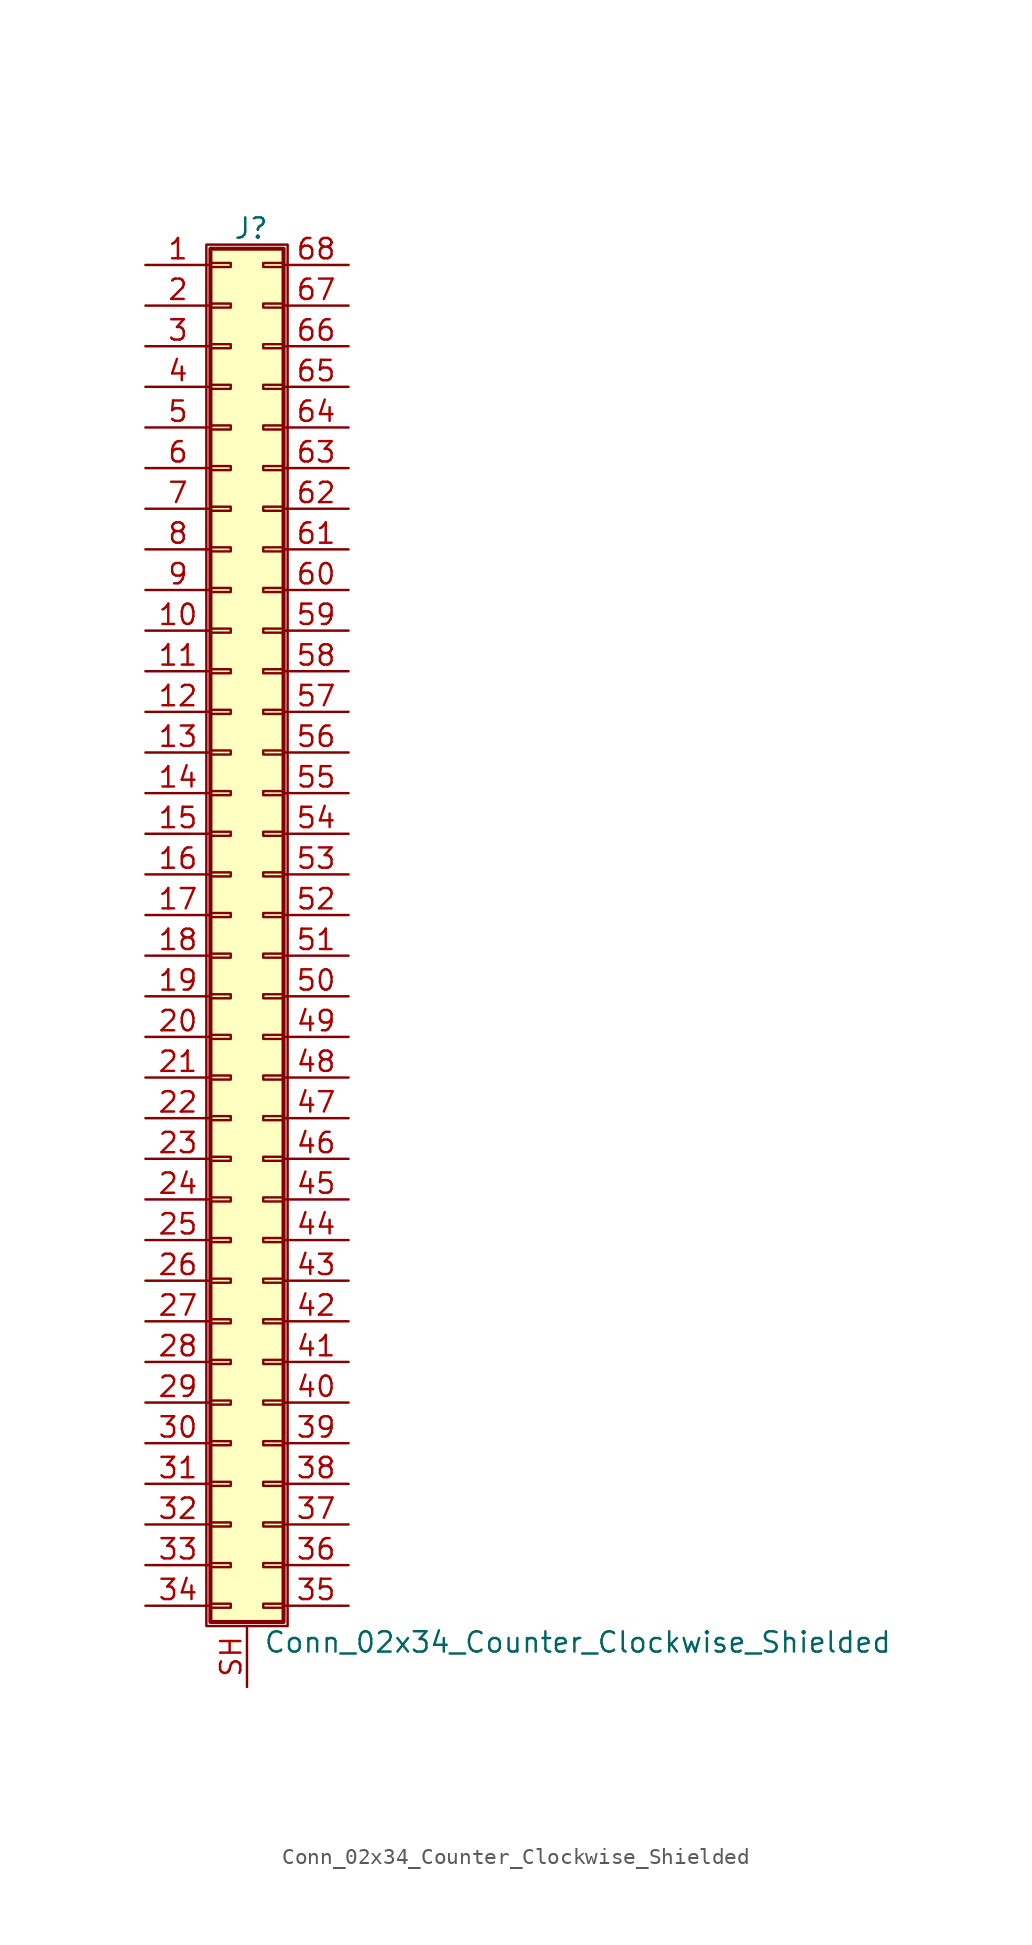
<source format=kicad_sym>
(kicad_symbol_lib
  (version 20201005)
  (generator kicad_symbol_editor)
  (symbol "Conn_02x34_Counter_Clockwise_Shielded"
    (pin_names
      (offset 1.016) hide)
    (property "Reference" "J"
      (at 1.524 42.926 0)
      (effects (font (size 1.27 1.27))))
    (property "Value" "Conn_02x34_Counter_Clockwise_Shielded"
      (at 2.286 -45.466 0)
      (effects (font (size 1.27 1.27)) (justify left)))
    (symbol "Conn_02x34_Counter_Clockwise_Shielded_1_1"
      (rectangle (start -1.27 41.91) (end 3.81 -44.45) (stroke (width 0.152)) (fill (type none)))
      (rectangle (start -1.016 -43.053) (end 0.254 -43.307) (stroke (width 0.152)) (fill (type none)))
      (rectangle (start -1.016 -40.513) (end 0.254 -40.767) (stroke (width 0.152)) (fill (type none)))
      (rectangle (start -1.016 -37.973) (end 0.254 -38.227) (stroke (width 0.152)) (fill (type none)))
      (rectangle (start -1.016 -35.433) (end 0.254 -35.687) (stroke (width 0.152)) (fill (type none)))
      (rectangle (start -1.016 -32.893) (end 0.254 -33.147) (stroke (width 0.152)) (fill (type none)))
      (rectangle (start -1.016 -30.353) (end 0.254 -30.607) (stroke (width 0.152)) (fill (type none)))
      (rectangle (start -1.016 -27.813) (end 0.254 -28.067) (stroke (width 0.152)) (fill (type none)))
      (rectangle (start -1.016 -25.273) (end 0.254 -25.527) (stroke (width 0.152)) (fill (type none)))
      (rectangle (start -1.016 -22.733) (end 0.254 -22.987) (stroke (width 0.152)) (fill (type none)))
      (rectangle (start -1.016 -20.193) (end 0.254 -20.447) (stroke (width 0.152)) (fill (type none)))
      (rectangle (start -1.016 -17.653) (end 0.254 -17.907) (stroke (width 0.152)) (fill (type none)))
      (rectangle (start -1.016 -15.113) (end 0.254 -15.367) (stroke (width 0.152)) (fill (type none)))
      (rectangle (start -1.016 -12.573) (end 0.254 -12.827) (stroke (width 0.152)) (fill (type none)))
      (rectangle (start -1.016 -10.033) (end 0.254 -10.287) (stroke (width 0.152)) (fill (type none)))
      (rectangle (start -1.016 -7.493) (end 0.254 -7.747) (stroke (width 0.152)) (fill (type none)))
      (rectangle (start -1.016 -4.953) (end 0.254 -5.207) (stroke (width 0.152)) (fill (type none)))
      (rectangle (start -1.016 -2.413) (end 0.254 -2.667) (stroke (width 0.152)) (fill (type none)))
      (rectangle (start -1.016 0.127) (end 0.254 -0.127) (stroke (width 0.152)) (fill (type none)))
      (rectangle (start -1.016 2.667) (end 0.254 2.413) (stroke (width 0.152)) (fill (type none)))
      (rectangle (start -1.016 5.207) (end 0.254 4.953) (stroke (width 0.152)) (fill (type none)))
      (rectangle (start -1.016 7.747) (end 0.254 7.493) (stroke (width 0.152)) (fill (type none)))
      (rectangle (start -1.016 10.287) (end 0.254 10.033) (stroke (width 0.152)) (fill (type none)))
      (rectangle (start -1.016 12.827) (end 0.254 12.573) (stroke (width 0.152)) (fill (type none)))
      (rectangle (start -1.016 15.367) (end 0.254 15.113) (stroke (width 0.152)) (fill (type none)))
      (rectangle (start -1.016 17.907) (end 0.254 17.653) (stroke (width 0.152)) (fill (type none)))
      (rectangle (start -1.016 20.447) (end 0.254 20.193) (stroke (width 0.152)) (fill (type none)))
      (rectangle (start -1.016 22.987) (end 0.254 22.733) (stroke (width 0.152)) (fill (type none)))
      (rectangle (start -1.016 25.527) (end 0.254 25.273) (stroke (width 0.152)) (fill (type none)))
      (rectangle (start -1.016 28.067) (end 0.254 27.813) (stroke (width 0.152)) (fill (type none)))
      (rectangle (start -1.016 30.607) (end 0.254 30.353) (stroke (width 0.152)) (fill (type none)))
      (rectangle (start -1.016 33.147) (end 0.254 32.893) (stroke (width 0.152)) (fill (type none)))
      (rectangle (start -1.016 35.687) (end 0.254 35.433) (stroke (width 0.152)) (fill (type none)))
      (rectangle (start -1.016 38.227) (end 0.254 37.973) (stroke (width 0.152)) (fill (type none)))
      (rectangle (start -1.016 40.767) (end 0.254 40.513) (stroke (width 0.152)) (fill (type none)))
      (rectangle (start -1.016 41.656) (end 3.556 -44.196) (stroke (width 0.254)) (fill (type background)))
      (rectangle (start 3.556 -43.053) (end 2.286 -43.307) (stroke (width 0.152)) (fill (type none)))
      (rectangle (start 3.556 -40.513) (end 2.286 -40.767) (stroke (width 0.152)) (fill (type none)))
      (rectangle (start 3.556 -37.973) (end 2.286 -38.227) (stroke (width 0.152)) (fill (type none)))
      (rectangle (start 3.556 -35.433) (end 2.286 -35.687) (stroke (width 0.152)) (fill (type none)))
      (rectangle (start 3.556 -32.893) (end 2.286 -33.147) (stroke (width 0.152)) (fill (type none)))
      (rectangle (start 3.556 -30.353) (end 2.286 -30.607) (stroke (width 0.152)) (fill (type none)))
      (rectangle (start 3.556 -27.813) (end 2.286 -28.067) (stroke (width 0.152)) (fill (type none)))
      (rectangle (start 3.556 -25.273) (end 2.286 -25.527) (stroke (width 0.152)) (fill (type none)))
      (rectangle (start 3.556 -22.733) (end 2.286 -22.987) (stroke (width 0.152)) (fill (type none)))
      (rectangle (start 3.556 -20.193) (end 2.286 -20.447) (stroke (width 0.152)) (fill (type none)))
      (rectangle (start 3.556 -17.653) (end 2.286 -17.907) (stroke (width 0.152)) (fill (type none)))
      (rectangle (start 3.556 -15.113) (end 2.286 -15.367) (stroke (width 0.152)) (fill (type none)))
      (rectangle (start 3.556 -12.573) (end 2.286 -12.827) (stroke (width 0.152)) (fill (type none)))
      (rectangle (start 3.556 -10.033) (end 2.286 -10.287) (stroke (width 0.152)) (fill (type none)))
      (rectangle (start 3.556 -7.493) (end 2.286 -7.747) (stroke (width 0.152)) (fill (type none)))
      (rectangle (start 3.556 -4.953) (end 2.286 -5.207) (stroke (width 0.152)) (fill (type none)))
      (rectangle (start 3.556 -2.413) (end 2.286 -2.667) (stroke (width 0.152)) (fill (type none)))
      (rectangle (start 3.556 0.127) (end 2.286 -0.127) (stroke (width 0.152)) (fill (type none)))
      (rectangle (start 3.556 2.667) (end 2.286 2.413) (stroke (width 0.152)) (fill (type none)))
      (rectangle (start 3.556 5.207) (end 2.286 4.953) (stroke (width 0.152)) (fill (type none)))
      (rectangle (start 3.556 7.747) (end 2.286 7.493) (stroke (width 0.152)) (fill (type none)))
      (rectangle (start 3.556 10.287) (end 2.286 10.033) (stroke (width 0.152)) (fill (type none)))
      (rectangle (start 3.556 12.827) (end 2.286 12.573) (stroke (width 0.152)) (fill (type none)))
      (rectangle (start 3.556 15.367) (end 2.286 15.113) (stroke (width 0.152)) (fill (type none)))
      (rectangle (start 3.556 17.907) (end 2.286 17.653) (stroke (width 0.152)) (fill (type none)))
      (rectangle (start 3.556 20.447) (end 2.286 20.193) (stroke (width 0.152)) (fill (type none)))
      (rectangle (start 3.556 22.987) (end 2.286 22.733) (stroke (width 0.152)) (fill (type none)))
      (rectangle (start 3.556 25.527) (end 2.286 25.273) (stroke (width 0.152)) (fill (type none)))
      (rectangle (start 3.556 28.067) (end 2.286 27.813) (stroke (width 0.152)) (fill (type none)))
      (rectangle (start 3.556 30.607) (end 2.286 30.353) (stroke (width 0.152)) (fill (type none)))
      (rectangle (start 3.556 33.147) (end 2.286 32.893) (stroke (width 0.152)) (fill (type none)))
      (rectangle (start 3.556 35.687) (end 2.286 35.433) (stroke (width 0.152)) (fill (type none)))
      (rectangle (start 3.556 38.227) (end 2.286 37.973) (stroke (width 0.152)) (fill (type none)))
      (rectangle (start 3.556 40.767) (end 2.286 40.513) (stroke (width 0.152)) (fill (type none)))
      (pin passive line (at -5.08 40.64 0) (length 4.064) (name "Pin_1" (effects (font (size 1.27 1.27)))) (number "1" (effects (font (size 1.27 1.27)))))
      (pin passive line (at -5.08 17.78 0) (length 4.064) (name "Pin_10" (effects (font (size 1.27 1.27)))) (number "10" (effects (font (size 1.27 1.27)))))
      (pin passive line (at -5.08 15.24 0) (length 4.064) (name "Pin_11" (effects (font (size 1.27 1.27)))) (number "11" (effects (font (size 1.27 1.27)))))
      (pin passive line (at -5.08 12.7 0) (length 4.064) (name "Pin_12" (effects (font (size 1.27 1.27)))) (number "12" (effects (font (size 1.27 1.27)))))
      (pin passive line (at -5.08 10.16 0) (length 4.064) (name "Pin_13" (effects (font (size 1.27 1.27)))) (number "13" (effects (font (size 1.27 1.27)))))
      (pin passive line (at -5.08 7.62 0) (length 4.064) (name "Pin_14" (effects (font (size 1.27 1.27)))) (number "14" (effects (font (size 1.27 1.27)))))
      (pin passive line (at -5.08 5.08 0) (length 4.064) (name "Pin_15" (effects (font (size 1.27 1.27)))) (number "15" (effects (font (size 1.27 1.27)))))
      (pin passive line (at -5.08 2.54 0) (length 4.064) (name "Pin_16" (effects (font (size 1.27 1.27)))) (number "16" (effects (font (size 1.27 1.27)))))
      (pin passive line (at -5.08 0 0) (length 4.064) (name "Pin_17" (effects (font (size 1.27 1.27)))) (number "17" (effects (font (size 1.27 1.27)))))
      (pin passive line (at -5.08 -2.54 0) (length 4.064) (name "Pin_18" (effects (font (size 1.27 1.27)))) (number "18" (effects (font (size 1.27 1.27)))))
      (pin passive line (at -5.08 -5.08 0) (length 4.064) (name "Pin_19" (effects (font (size 1.27 1.27)))) (number "19" (effects (font (size 1.27 1.27)))))
      (pin passive line (at -5.08 38.1 0) (length 4.064) (name "Pin_2" (effects (font (size 1.27 1.27)))) (number "2" (effects (font (size 1.27 1.27)))))
      (pin passive line (at -5.08 -7.62 0) (length 4.064) (name "Pin_20" (effects (font (size 1.27 1.27)))) (number "20" (effects (font (size 1.27 1.27)))))
      (pin passive line (at -5.08 -10.16 0) (length 4.064) (name "Pin_21" (effects (font (size 1.27 1.27)))) (number "21" (effects (font (size 1.27 1.27)))))
      (pin passive line (at -5.08 -12.7 0) (length 4.064) (name "Pin_22" (effects (font (size 1.27 1.27)))) (number "22" (effects (font (size 1.27 1.27)))))
      (pin passive line (at -5.08 -15.24 0) (length 4.064) (name "Pin_23" (effects (font (size 1.27 1.27)))) (number "23" (effects (font (size 1.27 1.27)))))
      (pin passive line (at -5.08 -17.78 0) (length 4.064) (name "Pin_24" (effects (font (size 1.27 1.27)))) (number "24" (effects (font (size 1.27 1.27)))))
      (pin passive line (at -5.08 -20.32 0) (length 4.064) (name "Pin_25" (effects (font (size 1.27 1.27)))) (number "25" (effects (font (size 1.27 1.27)))))
      (pin passive line (at -5.08 -22.86 0) (length 4.064) (name "Pin_26" (effects (font (size 1.27 1.27)))) (number "26" (effects (font (size 1.27 1.27)))))
      (pin passive line (at -5.08 -25.4 0) (length 4.064) (name "Pin_27" (effects (font (size 1.27 1.27)))) (number "27" (effects (font (size 1.27 1.27)))))
      (pin passive line (at -5.08 -27.94 0) (length 4.064) (name "Pin_28" (effects (font (size 1.27 1.27)))) (number "28" (effects (font (size 1.27 1.27)))))
      (pin passive line (at -5.08 -30.48 0) (length 4.064) (name "Pin_29" (effects (font (size 1.27 1.27)))) (number "29" (effects (font (size 1.27 1.27)))))
      (pin passive line (at -5.08 35.56 0) (length 4.064) (name "Pin_3" (effects (font (size 1.27 1.27)))) (number "3" (effects (font (size 1.27 1.27)))))
      (pin passive line (at -5.08 -33.02 0) (length 4.064) (name "Pin_30" (effects (font (size 1.27 1.27)))) (number "30" (effects (font (size 1.27 1.27)))))
      (pin passive line (at -5.08 -35.56 0) (length 4.064) (name "Pin_31" (effects (font (size 1.27 1.27)))) (number "31" (effects (font (size 1.27 1.27)))))
      (pin passive line (at -5.08 -38.1 0) (length 4.064) (name "Pin_32" (effects (font (size 1.27 1.27)))) (number "32" (effects (font (size 1.27 1.27)))))
      (pin passive line (at -5.08 -40.64 0) (length 4.064) (name "Pin_33" (effects (font (size 1.27 1.27)))) (number "33" (effects (font (size 1.27 1.27)))))
      (pin passive line (at -5.08 -43.18 0) (length 4.064) (name "Pin_34" (effects (font (size 1.27 1.27)))) (number "34" (effects (font (size 1.27 1.27)))))
      (pin passive line (at 7.62 -43.18 180) (length 4.064) (name "Pin_35" (effects (font (size 1.27 1.27)))) (number "35" (effects (font (size 1.27 1.27)))))
      (pin passive line (at 7.62 -40.64 180) (length 4.064) (name "Pin_36" (effects (font (size 1.27 1.27)))) (number "36" (effects (font (size 1.27 1.27)))))
      (pin passive line (at 7.62 -38.1 180) (length 4.064) (name "Pin_37" (effects (font (size 1.27 1.27)))) (number "37" (effects (font (size 1.27 1.27)))))
      (pin passive line (at 7.62 -35.56 180) (length 4.064) (name "Pin_38" (effects (font (size 1.27 1.27)))) (number "38" (effects (font (size 1.27 1.27)))))
      (pin passive line (at 7.62 -33.02 180) (length 4.064) (name "Pin_39" (effects (font (size 1.27 1.27)))) (number "39" (effects (font (size 1.27 1.27)))))
      (pin passive line (at -5.08 33.02 0) (length 4.064) (name "Pin_4" (effects (font (size 1.27 1.27)))) (number "4" (effects (font (size 1.27 1.27)))))
      (pin passive line (at 7.62 -30.48 180) (length 4.064) (name "Pin_40" (effects (font (size 1.27 1.27)))) (number "40" (effects (font (size 1.27 1.27)))))
      (pin passive line (at 7.62 -27.94 180) (length 4.064) (name "Pin_41" (effects (font (size 1.27 1.27)))) (number "41" (effects (font (size 1.27 1.27)))))
      (pin passive line (at 7.62 -25.4 180) (length 4.064) (name "Pin_42" (effects (font (size 1.27 1.27)))) (number "42" (effects (font (size 1.27 1.27)))))
      (pin passive line (at 7.62 -22.86 180) (length 4.064) (name "Pin_43" (effects (font (size 1.27 1.27)))) (number "43" (effects (font (size 1.27 1.27)))))
      (pin passive line (at 7.62 -20.32 180) (length 4.064) (name "Pin_44" (effects (font (size 1.27 1.27)))) (number "44" (effects (font (size 1.27 1.27)))))
      (pin passive line (at 7.62 -17.78 180) (length 4.064) (name "Pin_45" (effects (font (size 1.27 1.27)))) (number "45" (effects (font (size 1.27 1.27)))))
      (pin passive line (at 7.62 -15.24 180) (length 4.064) (name "Pin_46" (effects (font (size 1.27 1.27)))) (number "46" (effects (font (size 1.27 1.27)))))
      (pin passive line (at 7.62 -12.7 180) (length 4.064) (name "Pin_47" (effects (font (size 1.27 1.27)))) (number "47" (effects (font (size 1.27 1.27)))))
      (pin passive line (at 7.62 -10.16 180) (length 4.064) (name "Pin_48" (effects (font (size 1.27 1.27)))) (number "48" (effects (font (size 1.27 1.27)))))
      (pin passive line (at 7.62 -7.62 180) (length 4.064) (name "Pin_49" (effects (font (size 1.27 1.27)))) (number "49" (effects (font (size 1.27 1.27)))))
      (pin passive line (at -5.08 30.48 0) (length 4.064) (name "Pin_5" (effects (font (size 1.27 1.27)))) (number "5" (effects (font (size 1.27 1.27)))))
      (pin passive line (at 7.62 -5.08 180) (length 4.064) (name "Pin_50" (effects (font (size 1.27 1.27)))) (number "50" (effects (font (size 1.27 1.27)))))
      (pin passive line (at 7.62 -2.54 180) (length 4.064) (name "Pin_51" (effects (font (size 1.27 1.27)))) (number "51" (effects (font (size 1.27 1.27)))))
      (pin passive line (at 7.62 0 180) (length 4.064) (name "Pin_52" (effects (font (size 1.27 1.27)))) (number "52" (effects (font (size 1.27 1.27)))))
      (pin passive line (at 7.62 2.54 180) (length 4.064) (name "Pin_53" (effects (font (size 1.27 1.27)))) (number "53" (effects (font (size 1.27 1.27)))))
      (pin passive line (at 7.62 5.08 180) (length 4.064) (name "Pin_54" (effects (font (size 1.27 1.27)))) (number "54" (effects (font (size 1.27 1.27)))))
      (pin passive line (at 7.62 7.62 180) (length 4.064) (name "Pin_55" (effects (font (size 1.27 1.27)))) (number "55" (effects (font (size 1.27 1.27)))))
      (pin passive line (at 7.62 10.16 180) (length 4.064) (name "Pin_56" (effects (font (size 1.27 1.27)))) (number "56" (effects (font (size 1.27 1.27)))))
      (pin passive line (at 7.62 12.7 180) (length 4.064) (name "Pin_57" (effects (font (size 1.27 1.27)))) (number "57" (effects (font (size 1.27 1.27)))))
      (pin passive line (at 7.62 15.24 180) (length 4.064) (name "Pin_58" (effects (font (size 1.27 1.27)))) (number "58" (effects (font (size 1.27 1.27)))))
      (pin passive line (at 7.62 17.78 180) (length 4.064) (name "Pin_59" (effects (font (size 1.27 1.27)))) (number "59" (effects (font (size 1.27 1.27)))))
      (pin passive line (at -5.08 27.94 0) (length 4.064) (name "Pin_6" (effects (font (size 1.27 1.27)))) (number "6" (effects (font (size 1.27 1.27)))))
      (pin passive line (at 7.62 20.32 180) (length 4.064) (name "Pin_60" (effects (font (size 1.27 1.27)))) (number "60" (effects (font (size 1.27 1.27)))))
      (pin passive line (at 7.62 22.86 180) (length 4.064) (name "Pin_61" (effects (font (size 1.27 1.27)))) (number "61" (effects (font (size 1.27 1.27)))))
      (pin passive line (at 7.62 25.4 180) (length 4.064) (name "Pin_62" (effects (font (size 1.27 1.27)))) (number "62" (effects (font (size 1.27 1.27)))))
      (pin passive line (at 7.62 27.94 180) (length 4.064) (name "Pin_63" (effects (font (size 1.27 1.27)))) (number "63" (effects (font (size 1.27 1.27)))))
      (pin passive line (at 7.62 30.48 180) (length 4.064) (name "Pin_64" (effects (font (size 1.27 1.27)))) (number "64" (effects (font (size 1.27 1.27)))))
      (pin passive line (at 7.62 33.02 180) (length 4.064) (name "Pin_65" (effects (font (size 1.27 1.27)))) (number "65" (effects (font (size 1.27 1.27)))))
      (pin passive line (at 7.62 35.56 180) (length 4.064) (name "Pin_66" (effects (font (size 1.27 1.27)))) (number "66" (effects (font (size 1.27 1.27)))))
      (pin passive line (at 7.62 38.1 180) (length 4.064) (name "Pin_67" (effects (font (size 1.27 1.27)))) (number "67" (effects (font (size 1.27 1.27)))))
      (pin passive line (at 7.62 40.64 180) (length 4.064) (name "Pin_68" (effects (font (size 1.27 1.27)))) (number "68" (effects (font (size 1.27 1.27)))))
      (pin passive line (at -5.08 25.4 0) (length 4.064) (name "Pin_7" (effects (font (size 1.27 1.27)))) (number "7" (effects (font (size 1.27 1.27)))))
      (pin passive line (at -5.08 22.86 0) (length 4.064) (name "Pin_8" (effects (font (size 1.27 1.27)))) (number "8" (effects (font (size 1.27 1.27)))))
      (pin passive line (at -5.08 20.32 0) (length 4.064) (name "Pin_9" (effects (font (size 1.27 1.27)))) (number "9" (effects (font (size 1.27 1.27)))))
      (pin passive line (at 1.27 -48.26 90) (length 3.81) (name "Shield" (effects (font (size 1.27 1.27)))) (number "SH" (effects (font (size 1.27 1.27))))))))
</source>
